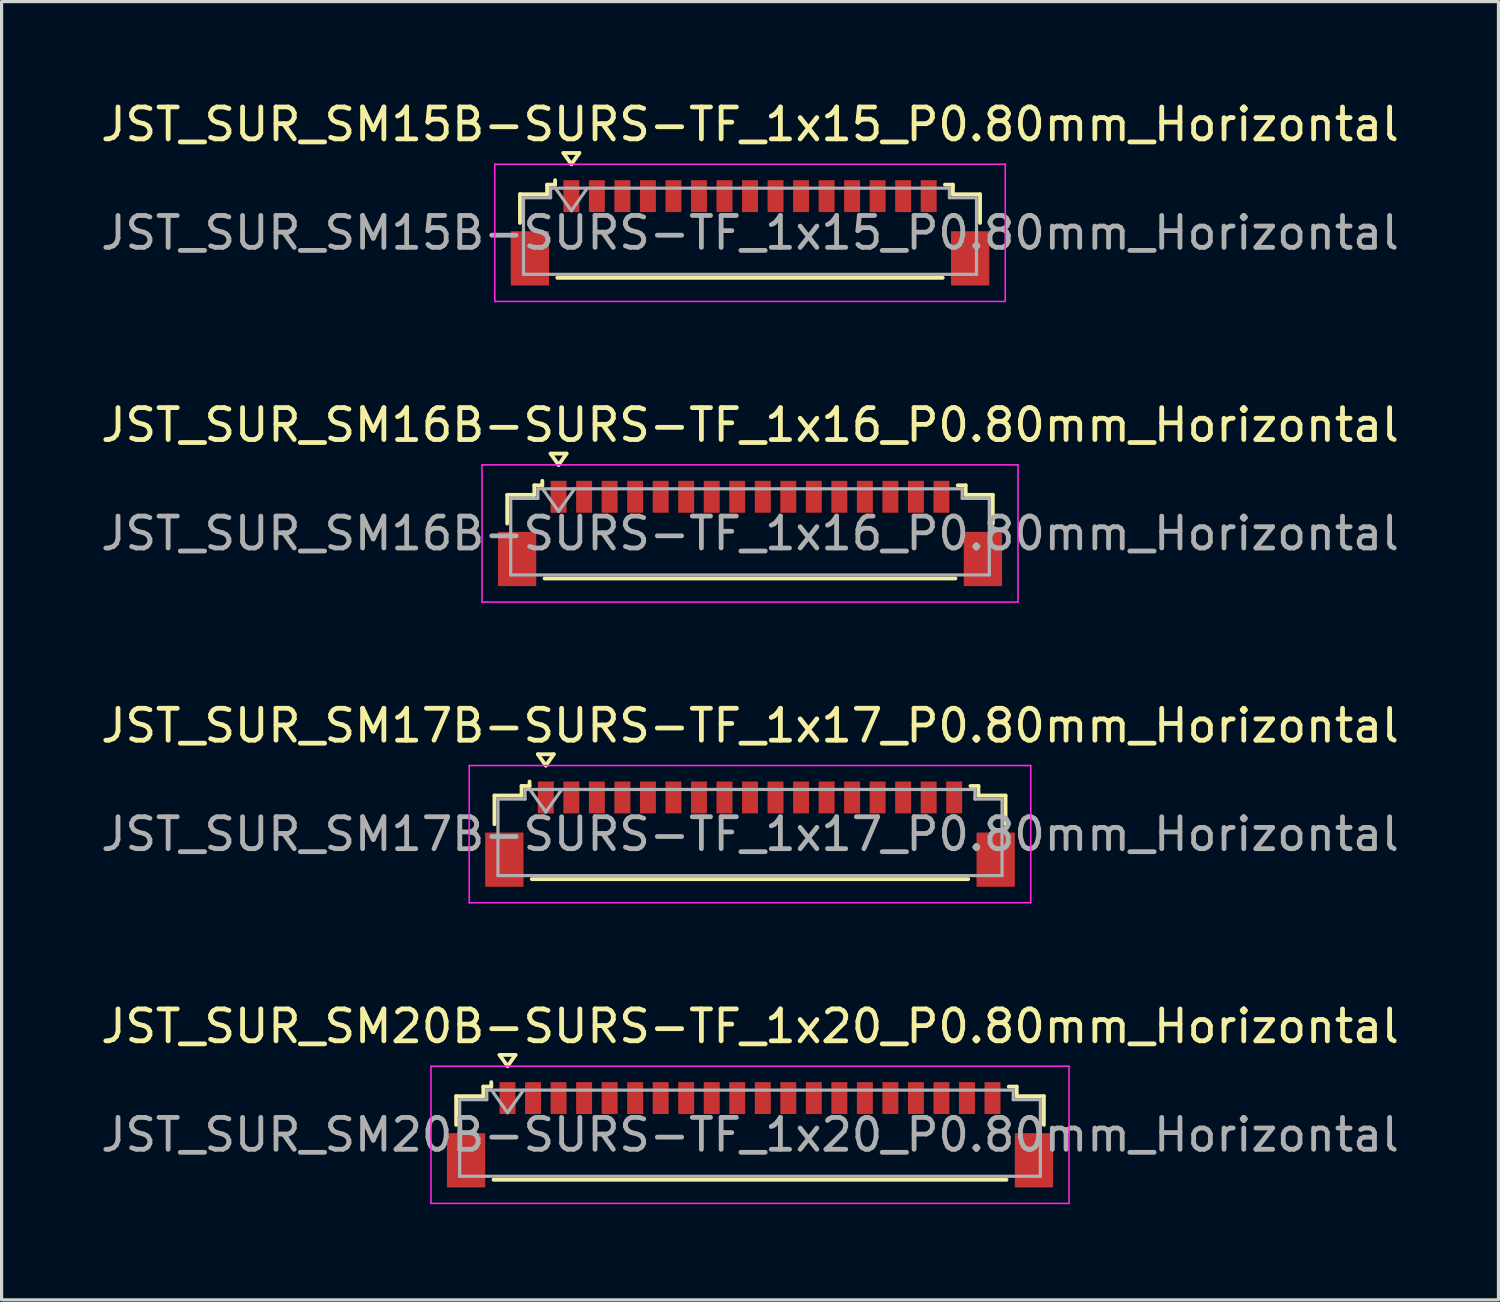
<source format=kicad_pcb>
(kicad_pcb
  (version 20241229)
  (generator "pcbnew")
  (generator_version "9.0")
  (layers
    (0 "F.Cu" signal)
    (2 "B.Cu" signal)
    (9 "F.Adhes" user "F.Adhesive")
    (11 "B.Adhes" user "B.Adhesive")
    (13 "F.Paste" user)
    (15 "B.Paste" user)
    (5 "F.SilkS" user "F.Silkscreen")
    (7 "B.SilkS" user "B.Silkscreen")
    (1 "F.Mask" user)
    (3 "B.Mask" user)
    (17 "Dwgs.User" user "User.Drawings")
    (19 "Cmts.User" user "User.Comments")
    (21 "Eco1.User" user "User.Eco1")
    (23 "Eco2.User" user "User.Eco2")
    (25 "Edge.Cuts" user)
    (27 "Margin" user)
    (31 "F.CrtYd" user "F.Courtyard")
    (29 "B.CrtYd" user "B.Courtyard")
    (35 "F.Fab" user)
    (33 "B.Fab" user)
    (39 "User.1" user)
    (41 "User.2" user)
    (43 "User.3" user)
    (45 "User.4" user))
  (footprint "JST_SUR_SM20B-SURS-TF_1x20_P0.80mm_Horizontal"
    (layer "F.Cu")
    (at 20.458 32.518)
    (property "Reference" "JST_SUR_SM20B-SURS-TF_1x20_P0.80mm_Horizontal" (at 0 -3.4 0) (layer "F.SilkS") (effects (font (size 1 1) (thickness 0.15))))
    (attr smd)
    (fp_line (start -9.21 -1.21) (end -8.36 -1.21) (stroke (width 0.12) (type solid)) (layer "F.SilkS"))
    (fp_line (start -9.21 -0.31) (end -9.21 -1.21) (stroke (width 0.12) (type solid)) (layer "F.SilkS"))
    (fp_line (start -8.36 -1.51) (end -8.11 -1.51) (stroke (width 0.12) (type solid)) (layer "F.SilkS"))
    (fp_line (start -8.36 -1.21) (end -8.36 -1.51) (stroke (width 0.12) (type solid)) (layer "F.SilkS"))
    (fp_line (start -8.11 -1.51) (end -8.11 -1.65) (stroke (width 0.12) (type solid)) (layer "F.SilkS"))
    (fp_line (start -8.04 1.41) (end 8.04 1.41) (stroke (width 0.12) (type solid)) (layer "F.SilkS"))
    (fp_line (start -7.85 -2.504) (end -7.6 -2.15) (stroke (width 0.12) (type solid)) (layer "F.SilkS"))
    (fp_line (start -7.6 -2.15) (end -7.35 -2.504) (stroke (width 0.12) (type solid)) (layer "F.SilkS"))
    (fp_line (start -7.35 -2.504) (end -7.85 -2.504) (stroke (width 0.12) (type solid)) (layer "F.SilkS"))
    (fp_line (start 8.36 -1.51) (end 8.11 -1.51) (stroke (width 0.12) (type solid)) (layer "F.SilkS"))
    (fp_line (start 8.36 -1.21) (end 8.36 -1.51) (stroke (width 0.12) (type solid)) (layer "F.SilkS"))
    (fp_line (start 9.21 -1.21) (end 8.36 -1.21) (stroke (width 0.12) (type solid)) (layer "F.SilkS"))
    (fp_line (start 9.21 -0.31) (end 9.21 -1.21) (stroke (width 0.12) (type solid)) (layer "F.SilkS"))
    (fp_line (start -10 -2.15) (end -10 2.15) (stroke (width 0.05) (type solid)) (layer "F.CrtYd"))
    (fp_line (start -10 2.15) (end 10 2.15) (stroke (width 0.05) (type solid)) (layer "F.CrtYd"))
    (fp_line (start 10 -2.15) (end -10 -2.15) (stroke (width 0.05) (type solid)) (layer "F.CrtYd"))
    (fp_line (start 10 2.15) (end 10 -2.15) (stroke (width 0.05) (type solid)) (layer "F.CrtYd"))
    (fp_line (start -9.1 -1.1) (end -9.1 1.3) (stroke (width 0.1) (type solid)) (layer "F.Fab"))
    (fp_line (start -9.1 -1.1) (end -8.25 -1.1) (stroke (width 0.1) (type solid)) (layer "F.Fab"))
    (fp_line (start -9.1 1.3) (end 9.1 1.3) (stroke (width 0.1) (type solid)) (layer "F.Fab"))
    (fp_line (start -8.25 -1.4) (end 8.25 -1.4) (stroke (width 0.1) (type solid)) (layer "F.Fab"))
    (fp_line (start -8.25 -1.1) (end -8.25 -1.4) (stroke (width 0.1) (type solid)) (layer "F.Fab"))
    (fp_line (start -8.1 -1.4) (end -7.6 -0.693) (stroke (width 0.1) (type solid)) (layer "F.Fab"))
    (fp_line (start -7.6 -0.693) (end -7.1 -1.4) (stroke (width 0.1) (type solid)) (layer "F.Fab"))
    (fp_line (start 8.25 -1.4) (end 8.25 -1.1) (stroke (width 0.1) (type solid)) (layer "F.Fab"))
    (fp_line (start 8.25 -1.1) (end 9.1 -1.1) (stroke (width 0.1) (type solid)) (layer "F.Fab"))
    (fp_line (start 9.1 -1.1) (end 9.1 1.3) (stroke (width 0.1) (type solid)) (layer "F.Fab"))
    (fp_text user "${REFERENCE}" (at 0 0 0) (layer "F.Fab") (effects (font (size 1 1) (thickness 0.15))))
    (pad "" smd rect (at -8.9 0.8) (size 1.2 1.7) (layers "F.Cu" "F.Mask" "F.Paste"))
    (pad "" smd rect (at 8.9 0.8) (size 1.2 1.7) (layers "F.Cu" "F.Mask" "F.Paste"))
    (pad "1" smd rect (at -7.6 -1.15) (size 0.5 1) (layers "F.Cu" "F.Mask" "F.Paste"))
    (pad "2" smd rect (at -6.8 -1.15) (size 0.5 1) (layers "F.Cu" "F.Mask" "F.Paste"))
    (pad "3" smd rect (at -6 -1.15) (size 0.5 1) (layers "F.Cu" "F.Mask" "F.Paste"))
    (pad "4" smd rect (at -5.2 -1.15) (size 0.5 1) (layers "F.Cu" "F.Mask" "F.Paste"))
    (pad "5" smd rect (at -4.4 -1.15) (size 0.5 1) (layers "F.Cu" "F.Mask" "F.Paste"))
    (pad "6" smd rect (at -3.6 -1.15) (size 0.5 1) (layers "F.Cu" "F.Mask" "F.Paste"))
    (pad "7" smd rect (at -2.8 -1.15) (size 0.5 1) (layers "F.Cu" "F.Mask" "F.Paste"))
    (pad "8" smd rect (at -2 -1.15) (size 0.5 1) (layers "F.Cu" "F.Mask" "F.Paste"))
    (pad "9" smd rect (at -1.2 -1.15) (size 0.5 1) (layers "F.Cu" "F.Mask" "F.Paste"))
    (pad "10" smd rect (at -0.4 -1.15) (size 0.5 1) (layers "F.Cu" "F.Mask" "F.Paste"))
    (pad "11" smd rect (at 0.4 -1.15) (size 0.5 1) (layers "F.Cu" "F.Mask" "F.Paste"))
    (pad "12" smd rect (at 1.2 -1.15) (size 0.5 1) (layers "F.Cu" "F.Mask" "F.Paste"))
    (pad "13" smd rect (at 2 -1.15) (size 0.5 1) (layers "F.Cu" "F.Mask" "F.Paste"))
    (pad "14" smd rect (at 2.8 -1.15) (size 0.5 1) (layers "F.Cu" "F.Mask" "F.Paste"))
    (pad "15" smd rect (at 3.6 -1.15) (size 0.5 1) (layers "F.Cu" "F.Mask" "F.Paste"))
    (pad "16" smd rect (at 4.4 -1.15) (size 0.5 1) (layers "F.Cu" "F.Mask" "F.Paste"))
    (pad "17" smd rect (at 5.2 -1.15) (size 0.5 1) (layers "F.Cu" "F.Mask" "F.Paste"))
    (pad "18" smd rect (at 6 -1.15) (size 0.5 1) (layers "F.Cu" "F.Mask" "F.Paste"))
    (pad "19" smd rect (at 6.8 -1.15) (size 0.5 1) (layers "F.Cu" "F.Mask" "F.Paste"))
    (pad "20" smd rect (at 7.6 -1.15) (size 0.5 1) (layers "F.Cu" "F.Mask" "F.Paste")))
  (footprint "JST_SUR_SM16B-SURS-TF_1x16_P0.80mm_Horizontal"
    (layer "F.Cu")
    (at 20.458 13.671)
    (property "Reference" "JST_SUR_SM16B-SURS-TF_1x16_P0.80mm_Horizontal" (at 0 -3.4 0) (layer "F.SilkS") (effects (font (size 1 1) (thickness 0.15))))
    (attr smd)
    (fp_line (start -7.61 -1.21) (end -6.76 -1.21) (stroke (width 0.12) (type solid)) (layer "F.SilkS"))
    (fp_line (start -7.61 -0.31) (end -7.61 -1.21) (stroke (width 0.12) (type solid)) (layer "F.SilkS"))
    (fp_line (start -6.76 -1.51) (end -6.51 -1.51) (stroke (width 0.12) (type solid)) (layer "F.SilkS"))
    (fp_line (start -6.76 -1.21) (end -6.76 -1.51) (stroke (width 0.12) (type solid)) (layer "F.SilkS"))
    (fp_line (start -6.51 -1.51) (end -6.51 -1.65) (stroke (width 0.12) (type solid)) (layer "F.SilkS"))
    (fp_line (start -6.44 1.41) (end 6.44 1.41) (stroke (width 0.12) (type solid)) (layer "F.SilkS"))
    (fp_line (start -6.25 -2.504) (end -6 -2.15) (stroke (width 0.12) (type solid)) (layer "F.SilkS"))
    (fp_line (start -6 -2.15) (end -5.75 -2.504) (stroke (width 0.12) (type solid)) (layer "F.SilkS"))
    (fp_line (start -5.75 -2.504) (end -6.25 -2.504) (stroke (width 0.12) (type solid)) (layer "F.SilkS"))
    (fp_line (start 6.76 -1.51) (end 6.51 -1.51) (stroke (width 0.12) (type solid)) (layer "F.SilkS"))
    (fp_line (start 6.76 -1.21) (end 6.76 -1.51) (stroke (width 0.12) (type solid)) (layer "F.SilkS"))
    (fp_line (start 7.61 -1.21) (end 6.76 -1.21) (stroke (width 0.12) (type solid)) (layer "F.SilkS"))
    (fp_line (start 7.61 -0.31) (end 7.61 -1.21) (stroke (width 0.12) (type solid)) (layer "F.SilkS"))
    (fp_line (start -8.4 -2.15) (end -8.4 2.15) (stroke (width 0.05) (type solid)) (layer "F.CrtYd"))
    (fp_line (start -8.4 2.15) (end 8.4 2.15) (stroke (width 0.05) (type solid)) (layer "F.CrtYd"))
    (fp_line (start 8.4 -2.15) (end -8.4 -2.15) (stroke (width 0.05) (type solid)) (layer "F.CrtYd"))
    (fp_line (start 8.4 2.15) (end 8.4 -2.15) (stroke (width 0.05) (type solid)) (layer "F.CrtYd"))
    (fp_line (start -7.5 -1.1) (end -7.5 1.3) (stroke (width 0.1) (type solid)) (layer "F.Fab"))
    (fp_line (start -7.5 -1.1) (end -6.65 -1.1) (stroke (width 0.1) (type solid)) (layer "F.Fab"))
    (fp_line (start -7.5 1.3) (end 7.5 1.3) (stroke (width 0.1) (type solid)) (layer "F.Fab"))
    (fp_line (start -6.65 -1.4) (end 6.65 -1.4) (stroke (width 0.1) (type solid)) (layer "F.Fab"))
    (fp_line (start -6.65 -1.1) (end -6.65 -1.4) (stroke (width 0.1) (type solid)) (layer "F.Fab"))
    (fp_line (start -6.5 -1.4) (end -6 -0.693) (stroke (width 0.1) (type solid)) (layer "F.Fab"))
    (fp_line (start -6 -0.693) (end -5.5 -1.4) (stroke (width 0.1) (type solid)) (layer "F.Fab"))
    (fp_line (start 6.65 -1.4) (end 6.65 -1.1) (stroke (width 0.1) (type solid)) (layer "F.Fab"))
    (fp_line (start 6.65 -1.1) (end 7.5 -1.1) (stroke (width 0.1) (type solid)) (layer "F.Fab"))
    (fp_line (start 7.5 -1.1) (end 7.5 1.3) (stroke (width 0.1) (type solid)) (layer "F.Fab"))
    (fp_text user "${REFERENCE}" (at 0 0 0) (layer "F.Fab") (effects (font (size 1 1) (thickness 0.15))))
    (pad "" smd rect (at -7.3 0.8) (size 1.2 1.7) (layers "F.Cu" "F.Mask" "F.Paste"))
    (pad "" smd rect (at 7.3 0.8) (size 1.2 1.7) (layers "F.Cu" "F.Mask" "F.Paste"))
    (pad "1" smd rect (at -6 -1.15) (size 0.5 1) (layers "F.Cu" "F.Mask" "F.Paste"))
    (pad "2" smd rect (at -5.2 -1.15) (size 0.5 1) (layers "F.Cu" "F.Mask" "F.Paste"))
    (pad "3" smd rect (at -4.4 -1.15) (size 0.5 1) (layers "F.Cu" "F.Mask" "F.Paste"))
    (pad "4" smd rect (at -3.6 -1.15) (size 0.5 1) (layers "F.Cu" "F.Mask" "F.Paste"))
    (pad "5" smd rect (at -2.8 -1.15) (size 0.5 1) (layers "F.Cu" "F.Mask" "F.Paste"))
    (pad "6" smd rect (at -2 -1.15) (size 0.5 1) (layers "F.Cu" "F.Mask" "F.Paste"))
    (pad "7" smd rect (at -1.2 -1.15) (size 0.5 1) (layers "F.Cu" "F.Mask" "F.Paste"))
    (pad "8" smd rect (at -0.4 -1.15) (size 0.5 1) (layers "F.Cu" "F.Mask" "F.Paste"))
    (pad "9" smd rect (at 0.4 -1.15) (size 0.5 1) (layers "F.Cu" "F.Mask" "F.Paste"))
    (pad "10" smd rect (at 1.2 -1.15) (size 0.5 1) (layers "F.Cu" "F.Mask" "F.Paste"))
    (pad "11" smd rect (at 2 -1.15) (size 0.5 1) (layers "F.Cu" "F.Mask" "F.Paste"))
    (pad "12" smd rect (at 2.8 -1.15) (size 0.5 1) (layers "F.Cu" "F.Mask" "F.Paste"))
    (pad "13" smd rect (at 3.6 -1.15) (size 0.5 1) (layers "F.Cu" "F.Mask" "F.Paste"))
    (pad "14" smd rect (at 4.4 -1.15) (size 0.5 1) (layers "F.Cu" "F.Mask" "F.Paste"))
    (pad "15" smd rect (at 5.2 -1.15) (size 0.5 1) (layers "F.Cu" "F.Mask" "F.Paste"))
    (pad "16" smd rect (at 6 -1.15) (size 0.5 1) (layers "F.Cu" "F.Mask" "F.Paste")))
  (footprint "JST_SUR_SM15B-SURS-TF_1x15_P0.80mm_Horizontal"
    (layer "F.Cu")
    (at 20.458 4.248)
    (property "Reference" "JST_SUR_SM15B-SURS-TF_1x15_P0.80mm_Horizontal" (at 0 -3.4 0) (layer "F.SilkS") (effects (font (size 1 1) (thickness 0.15))))
    (attr smd)
    (fp_line (start -7.21 -1.21) (end -6.36 -1.21) (stroke (width 0.12) (type solid)) (layer "F.SilkS"))
    (fp_line (start -7.21 -0.31) (end -7.21 -1.21) (stroke (width 0.12) (type solid)) (layer "F.SilkS"))
    (fp_line (start -6.36 -1.51) (end -6.11 -1.51) (stroke (width 0.12) (type solid)) (layer "F.SilkS"))
    (fp_line (start -6.36 -1.21) (end -6.36 -1.51) (stroke (width 0.12) (type solid)) (layer "F.SilkS"))
    (fp_line (start -6.11 -1.51) (end -6.11 -1.65) (stroke (width 0.12) (type solid)) (layer "F.SilkS"))
    (fp_line (start -6.04 1.41) (end 6.04 1.41) (stroke (width 0.12) (type solid)) (layer "F.SilkS"))
    (fp_line (start -5.85 -2.504) (end -5.6 -2.15) (stroke (width 0.12) (type solid)) (layer "F.SilkS"))
    (fp_line (start -5.6 -2.15) (end -5.35 -2.504) (stroke (width 0.12) (type solid)) (layer "F.SilkS"))
    (fp_line (start -5.35 -2.504) (end -5.85 -2.504) (stroke (width 0.12) (type solid)) (layer "F.SilkS"))
    (fp_line (start 6.36 -1.51) (end 6.11 -1.51) (stroke (width 0.12) (type solid)) (layer "F.SilkS"))
    (fp_line (start 6.36 -1.21) (end 6.36 -1.51) (stroke (width 0.12) (type solid)) (layer "F.SilkS"))
    (fp_line (start 7.21 -1.21) (end 6.36 -1.21) (stroke (width 0.12) (type solid)) (layer "F.SilkS"))
    (fp_line (start 7.21 -0.31) (end 7.21 -1.21) (stroke (width 0.12) (type solid)) (layer "F.SilkS"))
    (fp_line (start -8 -2.15) (end -8 2.15) (stroke (width 0.05) (type solid)) (layer "F.CrtYd"))
    (fp_line (start -8 2.15) (end 8 2.15) (stroke (width 0.05) (type solid)) (layer "F.CrtYd"))
    (fp_line (start 8 -2.15) (end -8 -2.15) (stroke (width 0.05) (type solid)) (layer "F.CrtYd"))
    (fp_line (start 8 2.15) (end 8 -2.15) (stroke (width 0.05) (type solid)) (layer "F.CrtYd"))
    (fp_line (start -7.1 -1.1) (end -7.1 1.3) (stroke (width 0.1) (type solid)) (layer "F.Fab"))
    (fp_line (start -7.1 -1.1) (end -6.25 -1.1) (stroke (width 0.1) (type solid)) (layer "F.Fab"))
    (fp_line (start -7.1 1.3) (end 7.1 1.3) (stroke (width 0.1) (type solid)) (layer "F.Fab"))
    (fp_line (start -6.25 -1.4) (end 6.25 -1.4) (stroke (width 0.1) (type solid)) (layer "F.Fab"))
    (fp_line (start -6.25 -1.1) (end -6.25 -1.4) (stroke (width 0.1) (type solid)) (layer "F.Fab"))
    (fp_line (start -6.1 -1.4) (end -5.6 -0.693) (stroke (width 0.1) (type solid)) (layer "F.Fab"))
    (fp_line (start -5.6 -0.693) (end -5.1 -1.4) (stroke (width 0.1) (type solid)) (layer "F.Fab"))
    (fp_line (start 6.25 -1.4) (end 6.25 -1.1) (stroke (width 0.1) (type solid)) (layer "F.Fab"))
    (fp_line (start 6.25 -1.1) (end 7.1 -1.1) (stroke (width 0.1) (type solid)) (layer "F.Fab"))
    (fp_line (start 7.1 -1.1) (end 7.1 1.3) (stroke (width 0.1) (type solid)) (layer "F.Fab"))
    (fp_text user "${REFERENCE}" (at 0 0 0) (layer "F.Fab") (effects (font (size 1 1) (thickness 0.15))))
    (pad "" smd rect (at -6.9 0.8) (size 1.2 1.7) (layers "F.Cu" "F.Mask" "F.Paste"))
    (pad "" smd rect (at 6.9 0.8) (size 1.2 1.7) (layers "F.Cu" "F.Mask" "F.Paste"))
    (pad "1" smd rect (at -5.6 -1.15) (size 0.5 1) (layers "F.Cu" "F.Mask" "F.Paste"))
    (pad "2" smd rect (at -4.8 -1.15) (size 0.5 1) (layers "F.Cu" "F.Mask" "F.Paste"))
    (pad "3" smd rect (at -4 -1.15) (size 0.5 1) (layers "F.Cu" "F.Mask" "F.Paste"))
    (pad "4" smd rect (at -3.2 -1.15) (size 0.5 1) (layers "F.Cu" "F.Mask" "F.Paste"))
    (pad "5" smd rect (at -2.4 -1.15) (size 0.5 1) (layers "F.Cu" "F.Mask" "F.Paste"))
    (pad "6" smd rect (at -1.6 -1.15) (size 0.5 1) (layers "F.Cu" "F.Mask" "F.Paste"))
    (pad "7" smd rect (at -0.8 -1.15) (size 0.5 1) (layers "F.Cu" "F.Mask" "F.Paste"))
    (pad "8" smd rect (at 0 -1.15) (size 0.5 1) (layers "F.Cu" "F.Mask" "F.Paste"))
    (pad "9" smd rect (at 0.8 -1.15) (size 0.5 1) (layers "F.Cu" "F.Mask" "F.Paste"))
    (pad "10" smd rect (at 1.6 -1.15) (size 0.5 1) (layers "F.Cu" "F.Mask" "F.Paste"))
    (pad "11" smd rect (at 2.4 -1.15) (size 0.5 1) (layers "F.Cu" "F.Mask" "F.Paste"))
    (pad "12" smd rect (at 3.2 -1.15) (size 0.5 1) (layers "F.Cu" "F.Mask" "F.Paste"))
    (pad "13" smd rect (at 4 -1.15) (size 0.5 1) (layers "F.Cu" "F.Mask" "F.Paste"))
    (pad "14" smd rect (at 4.8 -1.15) (size 0.5 1) (layers "F.Cu" "F.Mask" "F.Paste"))
    (pad "15" smd rect (at 5.6 -1.15) (size 0.5 1) (layers "F.Cu" "F.Mask" "F.Paste")))
  (footprint "JST_SUR_SM17B-SURS-TF_1x17_P0.80mm_Horizontal"
    (layer "F.Cu")
    (at 20.458 23.095)
    (property "Reference" "JST_SUR_SM17B-SURS-TF_1x17_P0.80mm_Horizontal" (at 0 -3.4 0) (layer "F.SilkS") (effects (font (size 1 1) (thickness 0.15))))
    (attr smd)
    (fp_line (start -8.01 -1.21) (end -7.16 -1.21) (stroke (width 0.12) (type solid)) (layer "F.SilkS"))
    (fp_line (start -8.01 -0.31) (end -8.01 -1.21) (stroke (width 0.12) (type solid)) (layer "F.SilkS"))
    (fp_line (start -7.16 -1.51) (end -6.91 -1.51) (stroke (width 0.12) (type solid)) (layer "F.SilkS"))
    (fp_line (start -7.16 -1.21) (end -7.16 -1.51) (stroke (width 0.12) (type solid)) (layer "F.SilkS"))
    (fp_line (start -6.91 -1.51) (end -6.91 -1.65) (stroke (width 0.12) (type solid)) (layer "F.SilkS"))
    (fp_line (start -6.84 1.41) (end 6.84 1.41) (stroke (width 0.12) (type solid)) (layer "F.SilkS"))
    (fp_line (start -6.65 -2.504) (end -6.4 -2.15) (stroke (width 0.12) (type solid)) (layer "F.SilkS"))
    (fp_line (start -6.4 -2.15) (end -6.15 -2.504) (stroke (width 0.12) (type solid)) (layer "F.SilkS"))
    (fp_line (start -6.15 -2.504) (end -6.65 -2.504) (stroke (width 0.12) (type solid)) (layer "F.SilkS"))
    (fp_line (start 7.16 -1.51) (end 6.91 -1.51) (stroke (width 0.12) (type solid)) (layer "F.SilkS"))
    (fp_line (start 7.16 -1.21) (end 7.16 -1.51) (stroke (width 0.12) (type solid)) (layer "F.SilkS"))
    (fp_line (start 8.01 -1.21) (end 7.16 -1.21) (stroke (width 0.12) (type solid)) (layer "F.SilkS"))
    (fp_line (start 8.01 -0.31) (end 8.01 -1.21) (stroke (width 0.12) (type solid)) (layer "F.SilkS"))
    (fp_line (start -8.8 -2.15) (end -8.8 2.15) (stroke (width 0.05) (type solid)) (layer "F.CrtYd"))
    (fp_line (start -8.8 2.15) (end 8.8 2.15) (stroke (width 0.05) (type solid)) (layer "F.CrtYd"))
    (fp_line (start 8.8 -2.15) (end -8.8 -2.15) (stroke (width 0.05) (type solid)) (layer "F.CrtYd"))
    (fp_line (start 8.8 2.15) (end 8.8 -2.15) (stroke (width 0.05) (type solid)) (layer "F.CrtYd"))
    (fp_line (start -7.9 -1.1) (end -7.9 1.3) (stroke (width 0.1) (type solid)) (layer "F.Fab"))
    (fp_line (start -7.9 -1.1) (end -7.05 -1.1) (stroke (width 0.1) (type solid)) (layer "F.Fab"))
    (fp_line (start -7.9 1.3) (end 7.9 1.3) (stroke (width 0.1) (type solid)) (layer "F.Fab"))
    (fp_line (start -7.05 -1.4) (end 7.05 -1.4) (stroke (width 0.1) (type solid)) (layer "F.Fab"))
    (fp_line (start -7.05 -1.1) (end -7.05 -1.4) (stroke (width 0.1) (type solid)) (layer "F.Fab"))
    (fp_line (start -6.9 -1.4) (end -6.4 -0.693) (stroke (width 0.1) (type solid)) (layer "F.Fab"))
    (fp_line (start -6.4 -0.693) (end -5.9 -1.4) (stroke (width 0.1) (type solid)) (layer "F.Fab"))
    (fp_line (start 7.05 -1.4) (end 7.05 -1.1) (stroke (width 0.1) (type solid)) (layer "F.Fab"))
    (fp_line (start 7.05 -1.1) (end 7.9 -1.1) (stroke (width 0.1) (type solid)) (layer "F.Fab"))
    (fp_line (start 7.9 -1.1) (end 7.9 1.3) (stroke (width 0.1) (type solid)) (layer "F.Fab"))
    (fp_text user "${REFERENCE}" (at 0 0 0) (layer "F.Fab") (effects (font (size 1 1) (thickness 0.15))))
    (pad "" smd rect (at -7.7 0.8) (size 1.2 1.7) (layers "F.Cu" "F.Mask" "F.Paste"))
    (pad "" smd rect (at 7.7 0.8) (size 1.2 1.7) (layers "F.Cu" "F.Mask" "F.Paste"))
    (pad "1" smd rect (at -6.4 -1.15) (size 0.5 1) (layers "F.Cu" "F.Mask" "F.Paste"))
    (pad "2" smd rect (at -5.6 -1.15) (size 0.5 1) (layers "F.Cu" "F.Mask" "F.Paste"))
    (pad "3" smd rect (at -4.8 -1.15) (size 0.5 1) (layers "F.Cu" "F.Mask" "F.Paste"))
    (pad "4" smd rect (at -4 -1.15) (size 0.5 1) (layers "F.Cu" "F.Mask" "F.Paste"))
    (pad "5" smd rect (at -3.2 -1.15) (size 0.5 1) (layers "F.Cu" "F.Mask" "F.Paste"))
    (pad "6" smd rect (at -2.4 -1.15) (size 0.5 1) (layers "F.Cu" "F.Mask" "F.Paste"))
    (pad "7" smd rect (at -1.6 -1.15) (size 0.5 1) (layers "F.Cu" "F.Mask" "F.Paste"))
    (pad "8" smd rect (at -0.8 -1.15) (size 0.5 1) (layers "F.Cu" "F.Mask" "F.Paste"))
    (pad "9" smd rect (at 0 -1.15) (size 0.5 1) (layers "F.Cu" "F.Mask" "F.Paste"))
    (pad "10" smd rect (at 0.8 -1.15) (size 0.5 1) (layers "F.Cu" "F.Mask" "F.Paste"))
    (pad "11" smd rect (at 1.6 -1.15) (size 0.5 1) (layers "F.Cu" "F.Mask" "F.Paste"))
    (pad "12" smd rect (at 2.4 -1.15) (size 0.5 1) (layers "F.Cu" "F.Mask" "F.Paste"))
    (pad "13" smd rect (at 3.2 -1.15) (size 0.5 1) (layers "F.Cu" "F.Mask" "F.Paste"))
    (pad "14" smd rect (at 4 -1.15) (size 0.5 1) (layers "F.Cu" "F.Mask" "F.Paste"))
    (pad "15" smd rect (at 4.8 -1.15) (size 0.5 1) (layers "F.Cu" "F.Mask" "F.Paste"))
    (pad "16" smd rect (at 5.6 -1.15) (size 0.5 1) (layers "F.Cu" "F.Mask" "F.Paste"))
    (pad "17" smd rect (at 6.4 -1.15) (size 0.5 1) (layers "F.Cu" "F.Mask" "F.Paste")))
  (gr_rect
    (start -3 -3)
    (end 43.917 37.693)
    (stroke (width 0.1) (type default))
    (fill no)
    (layer "Edge.Cuts")))
</source>
